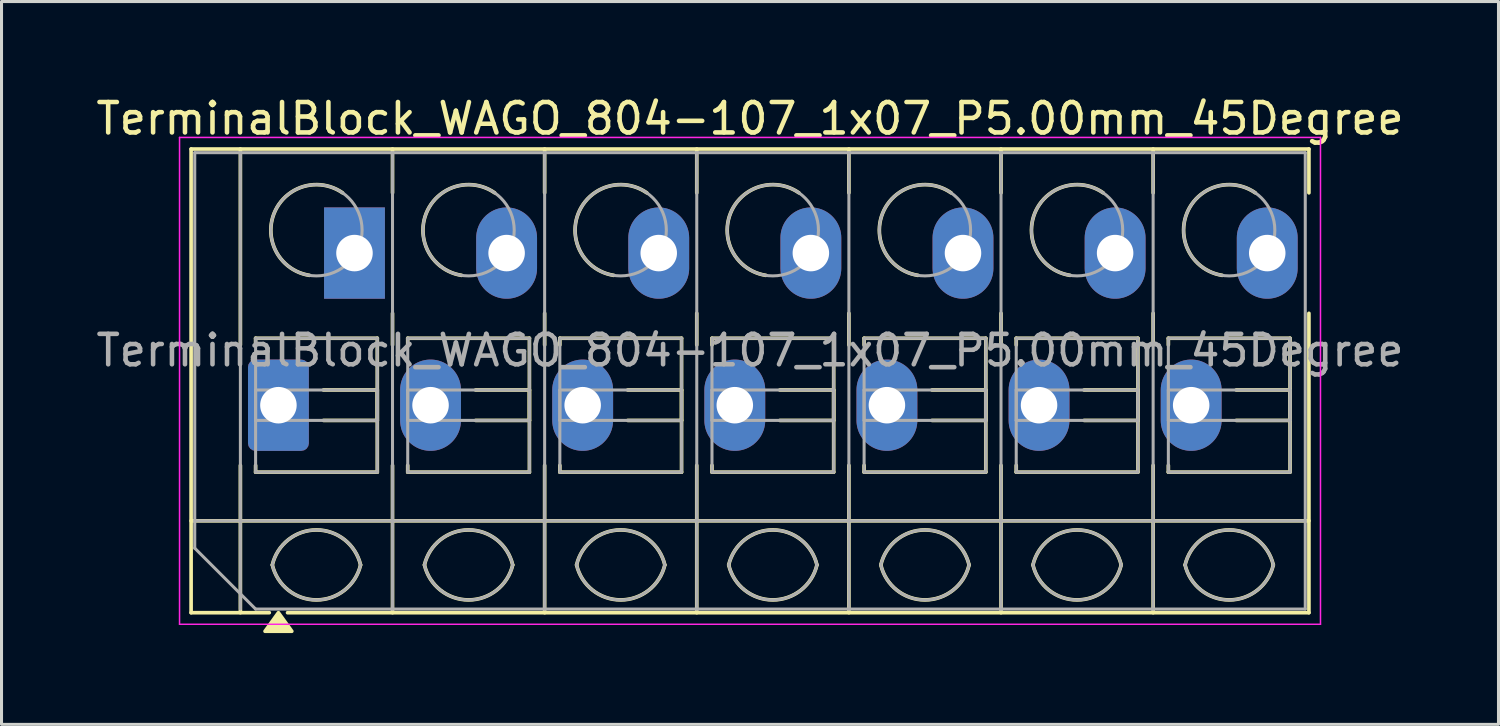
<source format=kicad_pcb>
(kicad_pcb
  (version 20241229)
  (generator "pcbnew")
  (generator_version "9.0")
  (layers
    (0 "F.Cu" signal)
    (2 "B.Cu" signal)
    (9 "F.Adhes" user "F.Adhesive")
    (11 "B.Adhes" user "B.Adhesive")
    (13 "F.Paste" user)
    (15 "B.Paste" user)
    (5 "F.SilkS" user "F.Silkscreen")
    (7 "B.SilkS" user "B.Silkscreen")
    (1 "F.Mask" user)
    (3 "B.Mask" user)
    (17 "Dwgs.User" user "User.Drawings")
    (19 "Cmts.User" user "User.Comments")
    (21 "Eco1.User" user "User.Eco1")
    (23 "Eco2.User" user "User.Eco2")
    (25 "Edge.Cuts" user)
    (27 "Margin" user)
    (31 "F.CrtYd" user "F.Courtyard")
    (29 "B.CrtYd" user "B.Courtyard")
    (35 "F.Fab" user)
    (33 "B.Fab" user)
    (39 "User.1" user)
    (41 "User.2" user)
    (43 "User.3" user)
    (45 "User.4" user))
  (footprint "TerminalBlock_WAGO_804-107_1x07_P5.00mm_45Degree"
    (layer "F.Cu")
    (at 6.101 10.268)
    (property "Reference" "TerminalBlock_WAGO_804-107_1x07_P5.00mm_45Degree" (at 15.5 -9.42 0) (layer "F.SilkS") (effects (font (size 1 1) (thickness 0.15))))
    (attr through_hole)
    (fp_line (start -2.87 -8.42) (end -2.87 6.82) (stroke (width 0.12) (type solid)) (layer "F.SilkS"))
    (fp_line (start -2.87 -8.42) (end 33.87 -8.42) (stroke (width 0.12) (type solid)) (layer "F.SilkS"))
    (fp_line (start -2.87 3.8) (end 33.87 3.8) (stroke (width 0.12) (type solid)) (layer "F.SilkS"))
    (fp_line (start -2.87 6.82) (end -0.3 6.82) (stroke (width 0.12) (type solid)) (layer "F.SilkS"))
    (fp_line (start -1.25 -8.42) (end -1.25 -1.98) (stroke (width 0.12) (type solid)) (layer "F.SilkS"))
    (fp_line (start -1.25 1.98) (end -1.25 6.82) (stroke (width 0.12) (type solid)) (layer "F.SilkS"))
    (fp_line (start -0.75 -2.2) (end -0.75 -1.98) (stroke (width 0.12) (type solid)) (layer "F.SilkS"))
    (fp_line (start -0.75 -2.2) (end 3.25 -2.2) (stroke (width 0.12) (type solid)) (layer "F.SilkS"))
    (fp_line (start -0.75 1.98) (end -0.75 2.2) (stroke (width 0.12) (type solid)) (layer "F.SilkS"))
    (fp_line (start -0.75 2.2) (end 3.25 2.2) (stroke (width 0.12) (type solid)) (layer "F.SilkS"))
    (fp_line (start 0.3 6.82) (end 33.87 6.82) (stroke (width 0.12) (type solid)) (layer "F.SilkS"))
    (fp_line (start 1.48 -0.5) (end 3.25 -0.5) (stroke (width 0.12) (type solid)) (layer "F.SilkS"))
    (fp_line (start 1.48 0.5) (end 3.25 0.5) (stroke (width 0.12) (type solid)) (layer "F.SilkS"))
    (fp_line (start 3.25 -2.2) (end 3.25 2.2) (stroke (width 0.12) (type solid)) (layer "F.SilkS"))
    (fp_line (start 3.25 -0.5) (end 3.25 0.5) (stroke (width 0.12) (type solid)) (layer "F.SilkS"))
    (fp_line (start 3.75 -8.42) (end 3.75 -6.98) (stroke (width 0.12) (type solid)) (layer "F.SilkS"))
    (fp_line (start 3.75 -3.02) (end 3.75 -1.98) (stroke (width 0.12) (type solid)) (layer "F.SilkS"))
    (fp_line (start 3.75 1.98) (end 3.75 6.82) (stroke (width 0.12) (type solid)) (layer "F.SilkS"))
    (fp_line (start 4.25 -2.2) (end 4.25 -1.98) (stroke (width 0.12) (type solid)) (layer "F.SilkS"))
    (fp_line (start 4.25 -2.2) (end 8.25 -2.2) (stroke (width 0.12) (type solid)) (layer "F.SilkS"))
    (fp_line (start 4.25 1.98) (end 4.25 2.2) (stroke (width 0.12) (type solid)) (layer "F.SilkS"))
    (fp_line (start 4.25 2.2) (end 8.25 2.2) (stroke (width 0.12) (type solid)) (layer "F.SilkS"))
    (fp_line (start 6.48 -0.5) (end 8.25 -0.5) (stroke (width 0.12) (type solid)) (layer "F.SilkS"))
    (fp_line (start 6.48 0.5) (end 8.25 0.5) (stroke (width 0.12) (type solid)) (layer "F.SilkS"))
    (fp_line (start 8.25 -2.2) (end 8.25 2.2) (stroke (width 0.12) (type solid)) (layer "F.SilkS"))
    (fp_line (start 8.25 -0.5) (end 8.25 0.5) (stroke (width 0.12) (type solid)) (layer "F.SilkS"))
    (fp_line (start 8.75 -8.42) (end 8.75 -6.98) (stroke (width 0.12) (type solid)) (layer "F.SilkS"))
    (fp_line (start 8.75 -3.02) (end 8.75 -1.98) (stroke (width 0.12) (type solid)) (layer "F.SilkS"))
    (fp_line (start 8.75 1.98) (end 8.75 6.82) (stroke (width 0.12) (type solid)) (layer "F.SilkS"))
    (fp_line (start 9.25 -2.2) (end 9.25 -1.98) (stroke (width 0.12) (type solid)) (layer "F.SilkS"))
    (fp_line (start 9.25 -2.2) (end 13.25 -2.2) (stroke (width 0.12) (type solid)) (layer "F.SilkS"))
    (fp_line (start 9.25 1.98) (end 9.25 2.2) (stroke (width 0.12) (type solid)) (layer "F.SilkS"))
    (fp_line (start 9.25 2.2) (end 13.25 2.2) (stroke (width 0.12) (type solid)) (layer "F.SilkS"))
    (fp_line (start 11.48 -0.5) (end 13.25 -0.5) (stroke (width 0.12) (type solid)) (layer "F.SilkS"))
    (fp_line (start 11.48 0.5) (end 13.25 0.5) (stroke (width 0.12) (type solid)) (layer "F.SilkS"))
    (fp_line (start 13.25 -2.2) (end 13.25 2.2) (stroke (width 0.12) (type solid)) (layer "F.SilkS"))
    (fp_line (start 13.25 -0.5) (end 13.25 0.5) (stroke (width 0.12) (type solid)) (layer "F.SilkS"))
    (fp_line (start 13.75 -8.42) (end 13.75 -6.98) (stroke (width 0.12) (type solid)) (layer "F.SilkS"))
    (fp_line (start 13.75 -3.02) (end 13.75 -1.98) (stroke (width 0.12) (type solid)) (layer "F.SilkS"))
    (fp_line (start 13.75 1.98) (end 13.75 6.82) (stroke (width 0.12) (type solid)) (layer "F.SilkS"))
    (fp_line (start 14.25 -2.2) (end 14.25 -1.98) (stroke (width 0.12) (type solid)) (layer "F.SilkS"))
    (fp_line (start 14.25 -2.2) (end 18.25 -2.2) (stroke (width 0.12) (type solid)) (layer "F.SilkS"))
    (fp_line (start 14.25 1.98) (end 14.25 2.2) (stroke (width 0.12) (type solid)) (layer "F.SilkS"))
    (fp_line (start 14.25 2.2) (end 18.25 2.2) (stroke (width 0.12) (type solid)) (layer "F.SilkS"))
    (fp_line (start 16.48 -0.5) (end 18.25 -0.5) (stroke (width 0.12) (type solid)) (layer "F.SilkS"))
    (fp_line (start 16.48 0.5) (end 18.25 0.5) (stroke (width 0.12) (type solid)) (layer "F.SilkS"))
    (fp_line (start 18.25 -2.2) (end 18.25 2.2) (stroke (width 0.12) (type solid)) (layer "F.SilkS"))
    (fp_line (start 18.25 -0.5) (end 18.25 0.5) (stroke (width 0.12) (type solid)) (layer "F.SilkS"))
    (fp_line (start 18.75 -8.42) (end 18.75 -6.98) (stroke (width 0.12) (type solid)) (layer "F.SilkS"))
    (fp_line (start 18.75 -3.02) (end 18.75 -1.98) (stroke (width 0.12) (type solid)) (layer "F.SilkS"))
    (fp_line (start 18.75 1.98) (end 18.75 6.82) (stroke (width 0.12) (type solid)) (layer "F.SilkS"))
    (fp_line (start 19.25 -2.2) (end 19.25 -1.98) (stroke (width 0.12) (type solid)) (layer "F.SilkS"))
    (fp_line (start 19.25 -2.2) (end 23.25 -2.2) (stroke (width 0.12) (type solid)) (layer "F.SilkS"))
    (fp_line (start 19.25 1.98) (end 19.25 2.2) (stroke (width 0.12) (type solid)) (layer "F.SilkS"))
    (fp_line (start 19.25 2.2) (end 23.25 2.2) (stroke (width 0.12) (type solid)) (layer "F.SilkS"))
    (fp_line (start 21.48 -0.5) (end 23.25 -0.5) (stroke (width 0.12) (type solid)) (layer "F.SilkS"))
    (fp_line (start 21.48 0.5) (end 23.25 0.5) (stroke (width 0.12) (type solid)) (layer "F.SilkS"))
    (fp_line (start 23.25 -2.2) (end 23.25 2.2) (stroke (width 0.12) (type solid)) (layer "F.SilkS"))
    (fp_line (start 23.25 -0.5) (end 23.25 0.5) (stroke (width 0.12) (type solid)) (layer "F.SilkS"))
    (fp_line (start 23.75 -8.42) (end 23.75 -6.98) (stroke (width 0.12) (type solid)) (layer "F.SilkS"))
    (fp_line (start 23.75 -3.02) (end 23.75 -1.98) (stroke (width 0.12) (type solid)) (layer "F.SilkS"))
    (fp_line (start 23.75 1.98) (end 23.75 6.82) (stroke (width 0.12) (type solid)) (layer "F.SilkS"))
    (fp_line (start 24.25 -2.2) (end 24.25 -1.98) (stroke (width 0.12) (type solid)) (layer "F.SilkS"))
    (fp_line (start 24.25 -2.2) (end 28.25 -2.2) (stroke (width 0.12) (type solid)) (layer "F.SilkS"))
    (fp_line (start 24.25 1.98) (end 24.25 2.2) (stroke (width 0.12) (type solid)) (layer "F.SilkS"))
    (fp_line (start 24.25 2.2) (end 28.25 2.2) (stroke (width 0.12) (type solid)) (layer "F.SilkS"))
    (fp_line (start 26.48 -0.5) (end 28.25 -0.5) (stroke (width 0.12) (type solid)) (layer "F.SilkS"))
    (fp_line (start 26.48 0.5) (end 28.25 0.5) (stroke (width 0.12) (type solid)) (layer "F.SilkS"))
    (fp_line (start 28.25 -2.2) (end 28.25 2.2) (stroke (width 0.12) (type solid)) (layer "F.SilkS"))
    (fp_line (start 28.25 -0.5) (end 28.25 0.5) (stroke (width 0.12) (type solid)) (layer "F.SilkS"))
    (fp_line (start 28.75 -8.42) (end 28.75 -6.98) (stroke (width 0.12) (type solid)) (layer "F.SilkS"))
    (fp_line (start 28.75 -3.02) (end 28.75 -1.98) (stroke (width 0.12) (type solid)) (layer "F.SilkS"))
    (fp_line (start 28.75 1.98) (end 28.75 6.82) (stroke (width 0.12) (type solid)) (layer "F.SilkS"))
    (fp_line (start 29.25 -2.2) (end 29.25 -1.98) (stroke (width 0.12) (type solid)) (layer "F.SilkS"))
    (fp_line (start 29.25 -2.2) (end 33.25 -2.2) (stroke (width 0.12) (type solid)) (layer "F.SilkS"))
    (fp_line (start 29.25 1.98) (end 29.25 2.2) (stroke (width 0.12) (type solid)) (layer "F.SilkS"))
    (fp_line (start 29.25 2.2) (end 33.25 2.2) (stroke (width 0.12) (type solid)) (layer "F.SilkS"))
    (fp_line (start 31.48 -0.5) (end 33.25 -0.5) (stroke (width 0.12) (type solid)) (layer "F.SilkS"))
    (fp_line (start 31.48 0.5) (end 33.25 0.5) (stroke (width 0.12) (type solid)) (layer "F.SilkS"))
    (fp_line (start 33.25 -2.2) (end 33.25 2.2) (stroke (width 0.12) (type solid)) (layer "F.SilkS"))
    (fp_line (start 33.25 -0.5) (end 33.25 0.5) (stroke (width 0.12) (type solid)) (layer "F.SilkS"))
    (fp_line (start 33.87 -8.42) (end 33.87 -6.98) (stroke (width 0.12) (type solid)) (layer "F.SilkS"))
    (fp_line (start 33.87 -3.02) (end 33.87 6.82) (stroke (width 0.12) (type solid)) (layer "F.SilkS"))
    (fp_arc (start -0.199969 5.249867) (mid 1.250068 4.099899) (end 2.7 5.25) (stroke (width 0.12) (type solid)) (layer "F.SilkS"))
    (fp_arc (start 1.02 -4.268) (mid -0.141815 -6.308637) (end 2.10843 -6.979765) (stroke (width 0.12) (type solid)) (layer "F.SilkS"))
    (fp_arc (start 2.7 5.25) (mid 1.250068 6.400101) (end -0.199969 5.250133) (stroke (width 0.12) (type solid)) (layer "F.SilkS"))
    (fp_arc (start 4.800031 5.249867) (mid 6.250068 4.099899) (end 7.7 5.25) (stroke (width 0.12) (type solid)) (layer "F.SilkS"))
    (fp_arc (start 6.02 -4.268) (mid 4.858185 -6.308637) (end 7.10843 -6.979765) (stroke (width 0.12) (type solid)) (layer "F.SilkS"))
    (fp_arc (start 7.7 5.25) (mid 6.250068 6.400101) (end 4.800031 5.250133) (stroke (width 0.12) (type solid)) (layer "F.SilkS"))
    (fp_arc (start 9.800031 5.249867) (mid 11.250068 4.099899) (end 12.7 5.25) (stroke (width 0.12) (type solid)) (layer "F.SilkS"))
    (fp_arc (start 11.02 -4.268) (mid 9.858185 -6.308637) (end 12.10843 -6.979765) (stroke (width 0.12) (type solid)) (layer "F.SilkS"))
    (fp_arc (start 12.7 5.25) (mid 11.250068 6.400101) (end 9.800031 5.250133) (stroke (width 0.12) (type solid)) (layer "F.SilkS"))
    (fp_arc (start 14.800031 5.249867) (mid 16.250068 4.099899) (end 17.7 5.25) (stroke (width 0.12) (type solid)) (layer "F.SilkS"))
    (fp_arc (start 16.02 -4.268) (mid 14.858185 -6.308637) (end 17.10843 -6.979765) (stroke (width 0.12) (type solid)) (layer "F.SilkS"))
    (fp_arc (start 17.7 5.25) (mid 16.250068 6.400101) (end 14.800031 5.250133) (stroke (width 0.12) (type solid)) (layer "F.SilkS"))
    (fp_arc (start 19.800031 5.249867) (mid 21.250068 4.099899) (end 22.7 5.25) (stroke (width 0.12) (type solid)) (layer "F.SilkS"))
    (fp_arc (start 21.02 -4.268) (mid 19.858185 -6.308637) (end 22.10843 -6.979765) (stroke (width 0.12) (type solid)) (layer "F.SilkS"))
    (fp_arc (start 22.7 5.25) (mid 21.250068 6.400101) (end 19.800031 5.250133) (stroke (width 0.12) (type solid)) (layer "F.SilkS"))
    (fp_arc (start 24.800031 5.249867) (mid 26.250068 4.099899) (end 27.7 5.25) (stroke (width 0.12) (type solid)) (layer "F.SilkS"))
    (fp_arc (start 26.02 -4.268) (mid 24.858185 -6.308637) (end 27.10843 -6.979765) (stroke (width 0.12) (type solid)) (layer "F.SilkS"))
    (fp_arc (start 27.7 5.25) (mid 26.250068 6.400101) (end 24.800031 5.250133) (stroke (width 0.12) (type solid)) (layer "F.SilkS"))
    (fp_arc (start 29.800031 5.249867) (mid 31.250068 4.099899) (end 32.7 5.25) (stroke (width 0.12) (type solid)) (layer "F.SilkS"))
    (fp_arc (start 31.02 -4.268) (mid 29.858185 -6.308637) (end 32.10843 -6.979765) (stroke (width 0.12) (type solid)) (layer "F.SilkS"))
    (fp_arc (start 32.7 5.25) (mid 31.250068 6.400101) (end 29.800031 5.250133) (stroke (width 0.12) (type solid)) (layer "F.SilkS"))
    (fp_poly (pts (xy 0 6.82) (xy 0.44 7.43) (xy -0.44 7.43)) (stroke (width 0.12) (type solid)) (fill yes) (layer "F.SilkS"))
    (fp_line (start -3.25 -8.8) (end -3.25 7.2) (stroke (width 0.05) (type solid)) (layer "F.CrtYd"))
    (fp_line (start -3.25 7.2) (end 34.25 7.2) (stroke (width 0.05) (type solid)) (layer "F.CrtYd"))
    (fp_line (start 34.25 -8.8) (end -3.25 -8.8) (stroke (width 0.05) (type solid)) (layer "F.CrtYd"))
    (fp_line (start 34.25 7.2) (end 34.25 -8.8) (stroke (width 0.05) (type solid)) (layer "F.CrtYd"))
    (fp_line (start -2.75 -8.3) (end 33.75 -8.3) (stroke (width 0.1) (type solid)) (layer "F.Fab"))
    (fp_line (start -2.75 3.8) (end 33.75 3.8) (stroke (width 0.1) (type solid)) (layer "F.Fab"))
    (fp_line (start -2.75 4.7) (end -2.75 -8.3) (stroke (width 0.1) (type solid)) (layer "F.Fab"))
    (fp_line (start -1.25 -8.3) (end -1.25 6.7) (stroke (width 0.1) (type solid)) (layer "F.Fab"))
    (fp_line (start -0.75 -2.2) (end -0.75 2.2) (stroke (width 0.1) (type solid)) (layer "F.Fab"))
    (fp_line (start -0.75 -0.5) (end -0.75 0.5) (stroke (width 0.1) (type solid)) (layer "F.Fab"))
    (fp_line (start -0.75 0.5) (end 3.25 0.5) (stroke (width 0.1) (type solid)) (layer "F.Fab"))
    (fp_line (start -0.75 2.2) (end 3.25 2.2) (stroke (width 0.1) (type solid)) (layer "F.Fab"))
    (fp_line (start -0.75 6.7) (end -2.75 4.7) (stroke (width 0.1) (type solid)) (layer "F.Fab"))
    (fp_line (start 3.25 -2.2) (end -0.75 -2.2) (stroke (width 0.1) (type solid)) (layer "F.Fab"))
    (fp_line (start 3.25 -0.5) (end -0.75 -0.5) (stroke (width 0.1) (type solid)) (layer "F.Fab"))
    (fp_line (start 3.25 0.5) (end 3.25 -0.5) (stroke (width 0.1) (type solid)) (layer "F.Fab"))
    (fp_line (start 3.25 2.2) (end 3.25 -2.2) (stroke (width 0.1) (type solid)) (layer "F.Fab"))
    (fp_line (start 3.75 -8.3) (end 3.75 6.7) (stroke (width 0.1) (type solid)) (layer "F.Fab"))
    (fp_line (start 4.25 -2.2) (end 4.25 2.2) (stroke (width 0.1) (type solid)) (layer "F.Fab"))
    (fp_line (start 4.25 -0.5) (end 4.25 0.5) (stroke (width 0.1) (type solid)) (layer "F.Fab"))
    (fp_line (start 4.25 0.5) (end 8.25 0.5) (stroke (width 0.1) (type solid)) (layer "F.Fab"))
    (fp_line (start 4.25 2.2) (end 8.25 2.2) (stroke (width 0.1) (type solid)) (layer "F.Fab"))
    (fp_line (start 8.25 -2.2) (end 4.25 -2.2) (stroke (width 0.1) (type solid)) (layer "F.Fab"))
    (fp_line (start 8.25 -0.5) (end 4.25 -0.5) (stroke (width 0.1) (type solid)) (layer "F.Fab"))
    (fp_line (start 8.25 0.5) (end 8.25 -0.5) (stroke (width 0.1) (type solid)) (layer "F.Fab"))
    (fp_line (start 8.25 2.2) (end 8.25 -2.2) (stroke (width 0.1) (type solid)) (layer "F.Fab"))
    (fp_line (start 8.75 -8.3) (end 8.75 6.7) (stroke (width 0.1) (type solid)) (layer "F.Fab"))
    (fp_line (start 9.25 -2.2) (end 9.25 2.2) (stroke (width 0.1) (type solid)) (layer "F.Fab"))
    (fp_line (start 9.25 -0.5) (end 9.25 0.5) (stroke (width 0.1) (type solid)) (layer "F.Fab"))
    (fp_line (start 9.25 0.5) (end 13.25 0.5) (stroke (width 0.1) (type solid)) (layer "F.Fab"))
    (fp_line (start 9.25 2.2) (end 13.25 2.2) (stroke (width 0.1) (type solid)) (layer "F.Fab"))
    (fp_line (start 13.25 -2.2) (end 9.25 -2.2) (stroke (width 0.1) (type solid)) (layer "F.Fab"))
    (fp_line (start 13.25 -0.5) (end 9.25 -0.5) (stroke (width 0.1) (type solid)) (layer "F.Fab"))
    (fp_line (start 13.25 0.5) (end 13.25 -0.5) (stroke (width 0.1) (type solid)) (layer "F.Fab"))
    (fp_line (start 13.25 2.2) (end 13.25 -2.2) (stroke (width 0.1) (type solid)) (layer "F.Fab"))
    (fp_line (start 13.75 -8.3) (end 13.75 6.7) (stroke (width 0.1) (type solid)) (layer "F.Fab"))
    (fp_line (start 14.25 -2.2) (end 14.25 2.2) (stroke (width 0.1) (type solid)) (layer "F.Fab"))
    (fp_line (start 14.25 -0.5) (end 14.25 0.5) (stroke (width 0.1) (type solid)) (layer "F.Fab"))
    (fp_line (start 14.25 0.5) (end 18.25 0.5) (stroke (width 0.1) (type solid)) (layer "F.Fab"))
    (fp_line (start 14.25 2.2) (end 18.25 2.2) (stroke (width 0.1) (type solid)) (layer "F.Fab"))
    (fp_line (start 18.25 -2.2) (end 14.25 -2.2) (stroke (width 0.1) (type solid)) (layer "F.Fab"))
    (fp_line (start 18.25 -0.5) (end 14.25 -0.5) (stroke (width 0.1) (type solid)) (layer "F.Fab"))
    (fp_line (start 18.25 0.5) (end 18.25 -0.5) (stroke (width 0.1) (type solid)) (layer "F.Fab"))
    (fp_line (start 18.25 2.2) (end 18.25 -2.2) (stroke (width 0.1) (type solid)) (layer "F.Fab"))
    (fp_line (start 18.75 -8.3) (end 18.75 6.7) (stroke (width 0.1) (type solid)) (layer "F.Fab"))
    (fp_line (start 19.25 -2.2) (end 19.25 2.2) (stroke (width 0.1) (type solid)) (layer "F.Fab"))
    (fp_line (start 19.25 -0.5) (end 19.25 0.5) (stroke (width 0.1) (type solid)) (layer "F.Fab"))
    (fp_line (start 19.25 0.5) (end 23.25 0.5) (stroke (width 0.1) (type solid)) (layer "F.Fab"))
    (fp_line (start 19.25 2.2) (end 23.25 2.2) (stroke (width 0.1) (type solid)) (layer "F.Fab"))
    (fp_line (start 23.25 -2.2) (end 19.25 -2.2) (stroke (width 0.1) (type solid)) (layer "F.Fab"))
    (fp_line (start 23.25 -0.5) (end 19.25 -0.5) (stroke (width 0.1) (type solid)) (layer "F.Fab"))
    (fp_line (start 23.25 0.5) (end 23.25 -0.5) (stroke (width 0.1) (type solid)) (layer "F.Fab"))
    (fp_line (start 23.25 2.2) (end 23.25 -2.2) (stroke (width 0.1) (type solid)) (layer "F.Fab"))
    (fp_line (start 23.75 -8.3) (end 23.75 6.7) (stroke (width 0.1) (type solid)) (layer "F.Fab"))
    (fp_line (start 24.25 -2.2) (end 24.25 2.2) (stroke (width 0.1) (type solid)) (layer "F.Fab"))
    (fp_line (start 24.25 -0.5) (end 24.25 0.5) (stroke (width 0.1) (type solid)) (layer "F.Fab"))
    (fp_line (start 24.25 0.5) (end 28.25 0.5) (stroke (width 0.1) (type solid)) (layer "F.Fab"))
    (fp_line (start 24.25 2.2) (end 28.25 2.2) (stroke (width 0.1) (type solid)) (layer "F.Fab"))
    (fp_line (start 28.25 -2.2) (end 24.25 -2.2) (stroke (width 0.1) (type solid)) (layer "F.Fab"))
    (fp_line (start 28.25 -0.5) (end 24.25 -0.5) (stroke (width 0.1) (type solid)) (layer "F.Fab"))
    (fp_line (start 28.25 0.5) (end 28.25 -0.5) (stroke (width 0.1) (type solid)) (layer "F.Fab"))
    (fp_line (start 28.25 2.2) (end 28.25 -2.2) (stroke (width 0.1) (type solid)) (layer "F.Fab"))
    (fp_line (start 28.75 -8.3) (end 28.75 6.7) (stroke (width 0.1) (type solid)) (layer "F.Fab"))
    (fp_line (start 29.25 -2.2) (end 29.25 2.2) (stroke (width 0.1) (type solid)) (layer "F.Fab"))
    (fp_line (start 29.25 -0.5) (end 29.25 0.5) (stroke (width 0.1) (type solid)) (layer "F.Fab"))
    (fp_line (start 29.25 0.5) (end 33.25 0.5) (stroke (width 0.1) (type solid)) (layer "F.Fab"))
    (fp_line (start 29.25 2.2) (end 33.25 2.2) (stroke (width 0.1) (type solid)) (layer "F.Fab"))
    (fp_line (start 33.25 -2.2) (end 29.25 -2.2) (stroke (width 0.1) (type solid)) (layer "F.Fab"))
    (fp_line (start 33.25 -0.5) (end 29.25 -0.5) (stroke (width 0.1) (type solid)) (layer "F.Fab"))
    (fp_line (start 33.25 0.5) (end 33.25 -0.5) (stroke (width 0.1) (type solid)) (layer "F.Fab"))
    (fp_line (start 33.25 2.2) (end 33.25 -2.2) (stroke (width 0.1) (type solid)) (layer "F.Fab"))
    (fp_line (start 33.75 -8.3) (end 33.75 6.7) (stroke (width 0.1) (type solid)) (layer "F.Fab"))
    (fp_line (start 33.75 6.7) (end -0.75 6.7) (stroke (width 0.1) (type solid)) (layer "F.Fab"))
    (fp_arc (start -0.200865 5.250424) (mid 1.250296 4.099926) (end 2.701 5.251) (stroke (width 0.1) (type solid)) (layer "F.Fab"))
    (fp_arc (start 2.7 5.25) (mid 1.250068 6.400101) (end -0.199969 5.250133) (stroke (width 0.1) (type solid)) (layer "F.Fab"))
    (fp_arc (start 4.799135 5.250424) (mid 6.250296 4.099926) (end 7.701 5.251) (stroke (width 0.1) (type solid)) (layer "F.Fab"))
    (fp_arc (start 7.7 5.25) (mid 6.250068 6.400101) (end 4.800031 5.250133) (stroke (width 0.1) (type solid)) (layer "F.Fab"))
    (fp_arc (start 9.799135 5.250424) (mid 11.250296 4.099926) (end 12.701 5.251) (stroke (width 0.1) (type solid)) (layer "F.Fab"))
    (fp_arc (start 12.7 5.25) (mid 11.250068 6.400101) (end 9.800031 5.250133) (stroke (width 0.1) (type solid)) (layer "F.Fab"))
    (fp_arc (start 14.799135 5.250424) (mid 16.250296 4.099926) (end 17.701 5.251) (stroke (width 0.1) (type solid)) (layer "F.Fab"))
    (fp_arc (start 17.7 5.25) (mid 16.250068 6.400101) (end 14.800031 5.250133) (stroke (width 0.1) (type solid)) (layer "F.Fab"))
    (fp_arc (start 19.799135 5.250424) (mid 21.250296 4.099926) (end 22.701 5.251) (stroke (width 0.1) (type solid)) (layer "F.Fab"))
    (fp_arc (start 22.7 5.25) (mid 21.250068 6.400101) (end 19.800031 5.250133) (stroke (width 0.1) (type solid)) (layer "F.Fab"))
    (fp_arc (start 24.799135 5.250424) (mid 26.250296 4.099926) (end 27.701 5.251) (stroke (width 0.1) (type solid)) (layer "F.Fab"))
    (fp_arc (start 27.7 5.25) (mid 26.250068 6.400101) (end 24.800031 5.250133) (stroke (width 0.1) (type solid)) (layer "F.Fab"))
    (fp_arc (start 29.799135 5.250424) (mid 31.250296 4.099926) (end 32.701 5.251) (stroke (width 0.1) (type solid)) (layer "F.Fab"))
    (fp_arc (start 32.701 5.25) (mid 31.250296 6.401074) (end 29.799135 5.250576) (stroke (width 0.1) (type solid)) (layer "F.Fab"))
    (fp_circle (center 1.25 -5.75) (end 2.75 -5.75) (stroke (width 0.1) (type solid)) (fill no) (layer "F.Fab"))
    (fp_circle (center 6.25 -5.75) (end 7.75 -5.75) (stroke (width 0.1) (type solid)) (fill no) (layer "F.Fab"))
    (fp_circle (center 11.25 -5.75) (end 12.75 -5.75) (stroke (width 0.1) (type solid)) (fill no) (layer "F.Fab"))
    (fp_circle (center 16.25 -5.75) (end 17.75 -5.75) (stroke (width 0.1) (type solid)) (fill no) (layer "F.Fab"))
    (fp_circle (center 21.25 -5.75) (end 22.75 -5.75) (stroke (width 0.1) (type solid)) (fill no) (layer "F.Fab"))
    (fp_circle (center 26.25 -5.75) (end 27.75 -5.75) (stroke (width 0.1) (type solid)) (fill no) (layer "F.Fab"))
    (fp_circle (center 31.25 -5.75) (end 32.75 -5.75) (stroke (width 0.1) (type solid)) (fill no) (layer "F.Fab"))
    (fp_text user "${REFERENCE}" (at 15.5 -1.8 0) (layer "F.Fab") (effects (font (size 1 1) (thickness 0.15))))
    (pad "1" thru_hole roundrect (at 0 0) (size 2 3) (drill 1.2) (layers "*.Cu" "*.Mask") (roundrect_rratio 0.125))
    (pad "1" thru_hole rect (at 2.5 -5) (size 2 3) (drill 1.2) (layers "*.Cu" "*.Mask"))
    (pad "2" thru_hole oval (at 5 0) (size 2 3) (drill 1.2) (layers "*.Cu" "*.Mask"))
    (pad "2" thru_hole oval (at 7.5 -5) (size 2 3) (drill 1.2) (layers "*.Cu" "*.Mask"))
    (pad "3" thru_hole oval (at 10 0) (size 2 3) (drill 1.2) (layers "*.Cu" "*.Mask"))
    (pad "3" thru_hole oval (at 12.5 -5) (size 2 3) (drill 1.2) (layers "*.Cu" "*.Mask"))
    (pad "4" thru_hole oval (at 15 0) (size 2 3) (drill 1.2) (layers "*.Cu" "*.Mask"))
    (pad "4" thru_hole oval (at 17.5 -5) (size 2 3) (drill 1.2) (layers "*.Cu" "*.Mask"))
    (pad "5" thru_hole oval (at 20 0) (size 2 3) (drill 1.2) (layers "*.Cu" "*.Mask"))
    (pad "5" thru_hole oval (at 22.5 -5) (size 2 3) (drill 1.2) (layers "*.Cu" "*.Mask"))
    (pad "6" thru_hole oval (at 25 0) (size 2 3) (drill 1.2) (layers "*.Cu" "*.Mask"))
    (pad "6" thru_hole oval (at 27.5 -5) (size 2 3) (drill 1.2) (layers "*.Cu" "*.Mask"))
    (pad "7" thru_hole oval (at 30 0) (size 2 3) (drill 1.2) (layers "*.Cu" "*.Mask"))
    (pad "7" thru_hole oval (at 32.5 -5) (size 2 3) (drill 1.2) (layers "*.Cu" "*.Mask")))
  (gr_rect
    (start -3 -3)
    (end 46.202 20.758)
    (stroke (width 0.1) (type default))
    (fill no)
    (layer "Edge.Cuts")))
</source>
